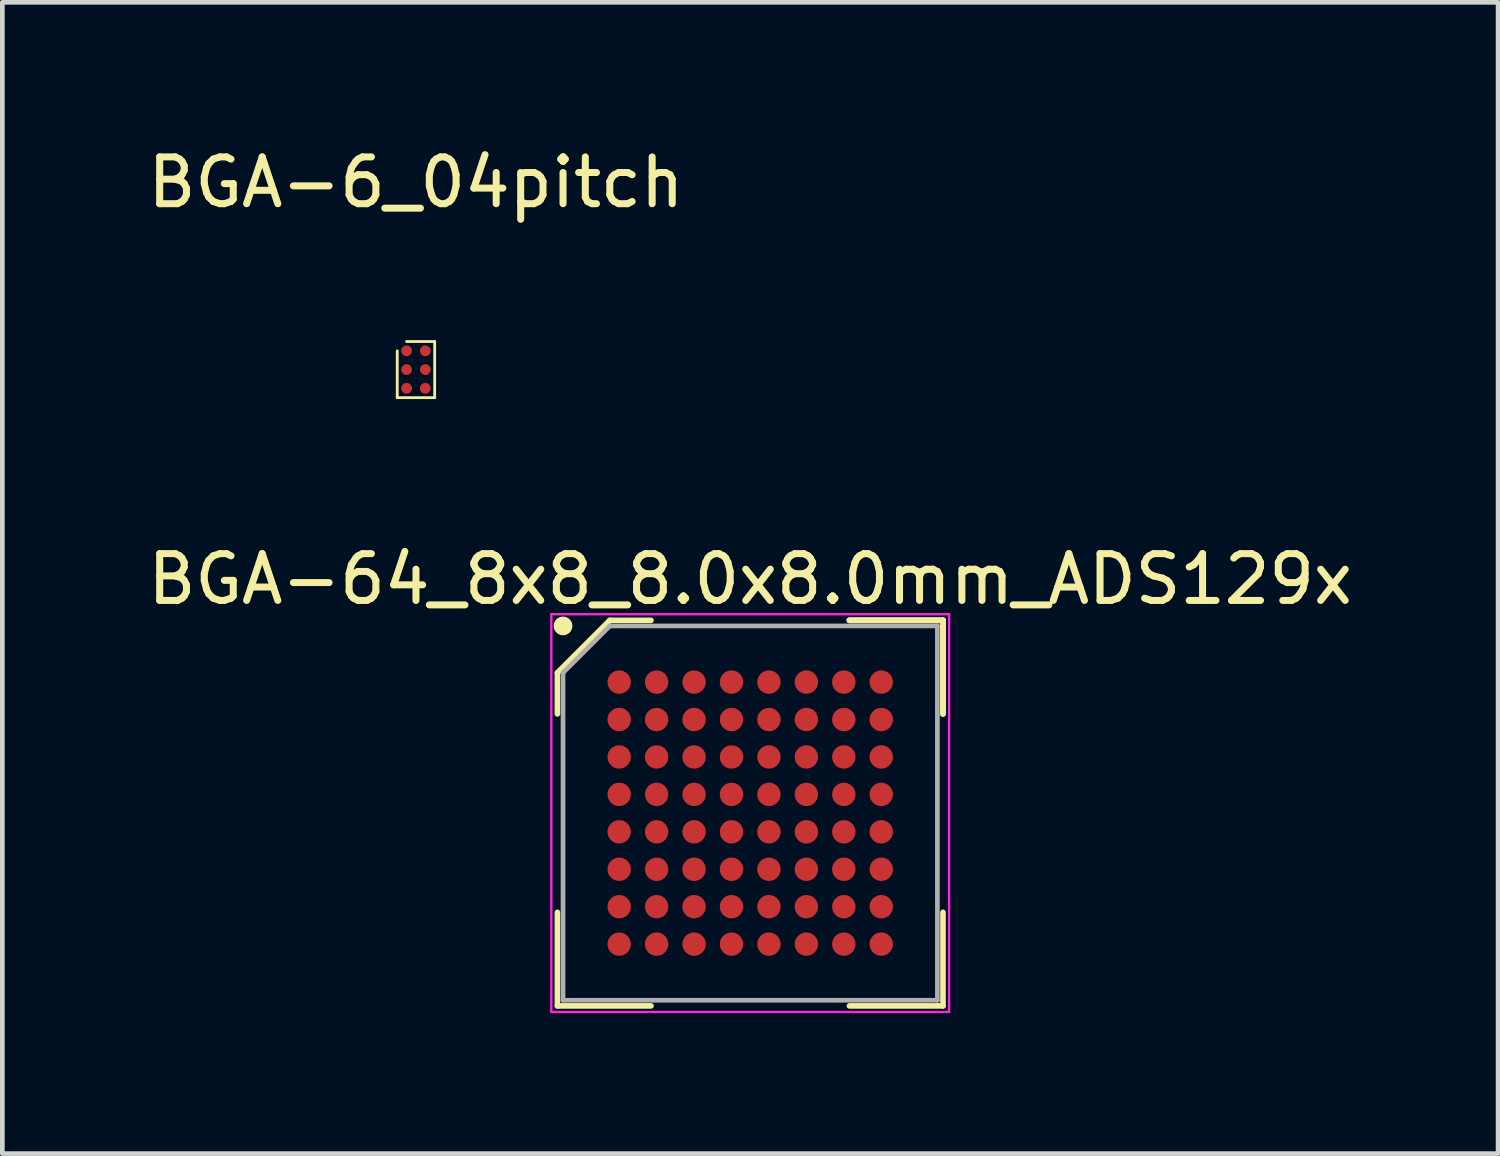
<source format=kicad_pcb>
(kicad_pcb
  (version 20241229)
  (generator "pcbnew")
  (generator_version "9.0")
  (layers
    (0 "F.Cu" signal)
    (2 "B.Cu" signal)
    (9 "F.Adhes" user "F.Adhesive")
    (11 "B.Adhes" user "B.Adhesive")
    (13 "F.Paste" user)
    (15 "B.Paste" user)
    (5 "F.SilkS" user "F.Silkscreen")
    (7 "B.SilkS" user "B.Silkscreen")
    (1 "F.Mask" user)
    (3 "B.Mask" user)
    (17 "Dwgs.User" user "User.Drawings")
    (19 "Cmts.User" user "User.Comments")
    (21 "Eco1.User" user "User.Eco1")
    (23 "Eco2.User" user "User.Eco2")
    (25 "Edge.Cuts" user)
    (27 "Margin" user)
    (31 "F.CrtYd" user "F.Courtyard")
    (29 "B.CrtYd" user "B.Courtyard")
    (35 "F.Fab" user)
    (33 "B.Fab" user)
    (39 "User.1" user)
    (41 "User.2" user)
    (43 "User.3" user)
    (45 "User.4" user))
  (footprint "BGA-64_8x8_8.0x8.0mm_ADS129x"
    (layer "F.Cu")
    (at 12.982 14.326)
    (property "Reference" "BGA-64_8x8_8.0x8.0mm_ADS129x" (at 0 -5 0) (layer "F.SilkS") (effects (font (size 1 1) (thickness 0.15))))
    (attr smd)
    (fp_line (start -4.12 -3) (end -4.12 -2.12) (stroke (width 0.12) (type solid)) (layer "F.SilkS"))
    (fp_line (start -4.12 4.12) (end -4.12 2.12) (stroke (width 0.12) (type solid)) (layer "F.SilkS"))
    (fp_line (start -3 -4.12) (end -4.12 -3) (stroke (width 0.12) (type solid)) (layer "F.SilkS"))
    (fp_line (start -2.12 -4.12) (end -3 -4.12) (stroke (width 0.12) (type solid)) (layer "F.SilkS"))
    (fp_line (start -2.12 4.12) (end -4.12 4.12) (stroke (width 0.12) (type solid)) (layer "F.SilkS"))
    (fp_line (start 2.12 -4.12) (end 4.12 -4.12) (stroke (width 0.12) (type solid)) (layer "F.SilkS"))
    (fp_line (start 2.12 -4.12) (end 4.12 -4.12) (stroke (width 0.12) (type solid)) (layer "F.SilkS"))
    (fp_line (start 2.12 -4.12) (end 4.12 -4.12) (stroke (width 0.12) (type solid)) (layer "F.SilkS"))
    (fp_line (start 2.12 4.12) (end 4.12 4.12) (stroke (width 0.12) (type solid)) (layer "F.SilkS"))
    (fp_line (start 4.12 -4.12) (end 4.12 -2.12) (stroke (width 0.12) (type solid)) (layer "F.SilkS"))
    (fp_line (start 4.12 -4.12) (end 4.12 -2.12) (stroke (width 0.12) (type solid)) (layer "F.SilkS"))
    (fp_line (start 4.12 -4.12) (end 4.12 -2.12) (stroke (width 0.12) (type solid)) (layer "F.SilkS"))
    (fp_line (start 4.12 4.12) (end 4.12 2.12) (stroke (width 0.12) (type solid)) (layer "F.SilkS"))
    (fp_circle (center -4 -4) (end -4 -3.9) (stroke (width 0.2) (type solid)) (fill no) (layer "F.SilkS"))
    (fp_line (start -4.25 -4.25) (end 4.25 -4.25) (stroke (width 0.05) (type solid)) (layer "F.CrtYd"))
    (fp_line (start -4.25 4.25) (end -4.25 -4.25) (stroke (width 0.05) (type solid)) (layer "F.CrtYd"))
    (fp_line (start 4.25 -4.25) (end 4.25 4.25) (stroke (width 0.05) (type solid)) (layer "F.CrtYd"))
    (fp_line (start 4.25 4.25) (end -4.25 4.25) (stroke (width 0.05) (type solid)) (layer "F.CrtYd"))
    (fp_line (start -4 -3) (end -4 4) (stroke (width 0.1) (type solid)) (layer "F.Fab"))
    (fp_line (start -4 4) (end 4 4) (stroke (width 0.1) (type solid)) (layer "F.Fab"))
    (fp_line (start -3 -4) (end -4 -3) (stroke (width 0.1) (type solid)) (layer "F.Fab"))
    (fp_line (start 4 -4) (end -3 -4) (stroke (width 0.1) (type solid)) (layer "F.Fab"))
    (fp_line (start 4 4) (end 4 -4) (stroke (width 0.1) (type solid)) (layer "F.Fab"))
    (pad "1A" smd circle (at -2.8 -2.8) (size 0.5 0.5) (layers "F.Cu" "F.Mask" "F.Paste"))
    (pad "1B" smd circle (at -2.8 -2) (size 0.5 0.5) (layers "F.Cu" "F.Mask" "F.Paste"))
    (pad "1C" smd circle (at -2.8 -1.2) (size 0.5 0.5) (layers "F.Cu" "F.Mask" "F.Paste"))
    (pad "1D" smd circle (at -2.8 -0.4) (size 0.5 0.5) (layers "F.Cu" "F.Mask" "F.Paste"))
    (pad "1E" smd circle (at -2.8 0.4) (size 0.5 0.5) (layers "F.Cu" "F.Mask" "F.Paste"))
    (pad "1F" smd circle (at -2.8 1.2) (size 0.5 0.5) (layers "F.Cu" "F.Mask" "F.Paste"))
    (pad "1G" smd circle (at -2.8 2) (size 0.5 0.5) (layers "F.Cu" "F.Mask" "F.Paste"))
    (pad "1H" smd circle (at -2.8 2.8) (size 0.5 0.5) (layers "F.Cu" "F.Mask" "F.Paste"))
    (pad "2A" smd circle (at -2 -2.8) (size 0.5 0.5) (layers "F.Cu" "F.Mask" "F.Paste"))
    (pad "2B" smd circle (at -2 -2) (size 0.5 0.5) (layers "F.Cu" "F.Mask" "F.Paste"))
    (pad "2C" smd circle (at -2 -1.2) (size 0.5 0.5) (layers "F.Cu" "F.Mask" "F.Paste"))
    (pad "2D" smd circle (at -2 -0.4) (size 0.5 0.5) (layers "F.Cu" "F.Mask" "F.Paste"))
    (pad "2E" smd circle (at -2 0.4) (size 0.5 0.5) (layers "F.Cu" "F.Mask" "F.Paste"))
    (pad "2F" smd circle (at -2 1.2) (size 0.5 0.5) (layers "F.Cu" "F.Mask" "F.Paste"))
    (pad "2G" smd circle (at -2 2) (size 0.5 0.5) (layers "F.Cu" "F.Mask" "F.Paste"))
    (pad "2H" smd circle (at -2 2.8) (size 0.5 0.5) (layers "F.Cu" "F.Mask" "F.Paste"))
    (pad "3A" smd circle (at -1.2 -2.8) (size 0.5 0.5) (layers "F.Cu" "F.Mask" "F.Paste"))
    (pad "3B" smd circle (at -1.2 -2) (size 0.5 0.5) (layers "F.Cu" "F.Mask" "F.Paste"))
    (pad "3C" smd circle (at -1.2 -1.2) (size 0.5 0.5) (layers "F.Cu" "F.Mask" "F.Paste"))
    (pad "3D" smd circle (at -1.2 -0.4) (size 0.5 0.5) (layers "F.Cu" "F.Mask" "F.Paste"))
    (pad "3E" smd circle (at -1.2 0.4) (size 0.5 0.5) (layers "F.Cu" "F.Mask" "F.Paste"))
    (pad "3F" smd circle (at -1.2 1.2) (size 0.5 0.5) (layers "F.Cu" "F.Mask" "F.Paste"))
    (pad "3G" smd circle (at -1.2 2) (size 0.5 0.5) (layers "F.Cu" "F.Mask" "F.Paste"))
    (pad "3H" smd circle (at -1.2 2.8) (size 0.5 0.5) (layers "F.Cu" "F.Mask" "F.Paste"))
    (pad "4A" smd circle (at -0.4 -2.8) (size 0.5 0.5) (layers "F.Cu" "F.Mask" "F.Paste"))
    (pad "4B" smd circle (at -0.4 -2) (size 0.5 0.5) (layers "F.Cu" "F.Mask" "F.Paste"))
    (pad "4C" smd circle (at -0.4 -1.2) (size 0.5 0.5) (layers "F.Cu" "F.Mask" "F.Paste"))
    (pad "4D" smd circle (at -0.4 -0.4) (size 0.5 0.5) (layers "F.Cu" "F.Mask" "F.Paste"))
    (pad "4E" smd circle (at -0.4 0.4) (size 0.5 0.5) (layers "F.Cu" "F.Mask" "F.Paste"))
    (pad "4F" smd circle (at -0.4 1.2) (size 0.5 0.5) (layers "F.Cu" "F.Mask" "F.Paste"))
    (pad "4G" smd circle (at -0.4 2) (size 0.5 0.5) (layers "F.Cu" "F.Mask" "F.Paste"))
    (pad "4H" smd circle (at -0.4 2.8) (size 0.5 0.5) (layers "F.Cu" "F.Mask" "F.Paste"))
    (pad "5A" smd circle (at 0.4 -2.8) (size 0.5 0.5) (layers "F.Cu" "F.Mask" "F.Paste"))
    (pad "5B" smd circle (at 0.4 -2) (size 0.5 0.5) (layers "F.Cu" "F.Mask" "F.Paste"))
    (pad "5C" smd circle (at 0.4 -1.2) (size 0.5 0.5) (layers "F.Cu" "F.Mask" "F.Paste"))
    (pad "5D" smd circle (at 0.4 -0.4) (size 0.5 0.5) (layers "F.Cu" "F.Mask" "F.Paste"))
    (pad "5E" smd circle (at 0.4 0.4) (size 0.5 0.5) (layers "F.Cu" "F.Mask" "F.Paste"))
    (pad "5F" smd circle (at 0.4 1.2) (size 0.5 0.5) (layers "F.Cu" "F.Mask" "F.Paste"))
    (pad "5G" smd circle (at 0.4 2) (size 0.5 0.5) (layers "F.Cu" "F.Mask" "F.Paste"))
    (pad "5H" smd circle (at 0.4 2.8) (size 0.5 0.5) (layers "F.Cu" "F.Mask" "F.Paste"))
    (pad "6A" smd circle (at 1.2 -2.8) (size 0.5 0.5) (layers "F.Cu" "F.Mask" "F.Paste"))
    (pad "6B" smd circle (at 1.2 -2) (size 0.5 0.5) (layers "F.Cu" "F.Mask" "F.Paste"))
    (pad "6C" smd circle (at 1.2 -1.2) (size 0.5 0.5) (layers "F.Cu" "F.Mask" "F.Paste"))
    (pad "6D" smd circle (at 1.2 -0.4) (size 0.5 0.5) (layers "F.Cu" "F.Mask" "F.Paste"))
    (pad "6E" smd circle (at 1.2 0.4) (size 0.5 0.5) (layers "F.Cu" "F.Mask" "F.Paste"))
    (pad "6F" smd circle (at 1.2 1.2) (size 0.5 0.5) (layers "F.Cu" "F.Mask" "F.Paste"))
    (pad "6G" smd circle (at 1.2 2) (size 0.5 0.5) (layers "F.Cu" "F.Mask" "F.Paste"))
    (pad "6H" smd circle (at 1.2 2.8) (size 0.5 0.5) (layers "F.Cu" "F.Mask" "F.Paste"))
    (pad "7A" smd circle (at 2 -2.8) (size 0.5 0.5) (layers "F.Cu" "F.Mask" "F.Paste"))
    (pad "7B" smd circle (at 2 -2) (size 0.5 0.5) (layers "F.Cu" "F.Mask" "F.Paste"))
    (pad "7C" smd circle (at 2 -1.2) (size 0.5 0.5) (layers "F.Cu" "F.Mask" "F.Paste"))
    (pad "7D" smd circle (at 2 -0.4) (size 0.5 0.5) (layers "F.Cu" "F.Mask" "F.Paste"))
    (pad "7E" smd circle (at 2 0.4) (size 0.5 0.5) (layers "F.Cu" "F.Mask" "F.Paste"))
    (pad "7F" smd circle (at 2 1.2) (size 0.5 0.5) (layers "F.Cu" "F.Mask" "F.Paste"))
    (pad "7G" smd circle (at 2 2) (size 0.5 0.5) (layers "F.Cu" "F.Mask" "F.Paste"))
    (pad "7H" smd circle (at 2 2.8) (size 0.5 0.5) (layers "F.Cu" "F.Mask" "F.Paste"))
    (pad "8A" smd circle (at 2.8 -2.8) (size 0.5 0.5) (layers "F.Cu" "F.Mask" "F.Paste"))
    (pad "8B" smd circle (at 2.8 -2) (size 0.5 0.5) (layers "F.Cu" "F.Mask" "F.Paste"))
    (pad "8C" smd circle (at 2.8 -1.2) (size 0.5 0.5) (layers "F.Cu" "F.Mask" "F.Paste"))
    (pad "8D" smd circle (at 2.8 -0.4) (size 0.5 0.5) (layers "F.Cu" "F.Mask" "F.Paste"))
    (pad "8E" smd circle (at 2.8 0.4) (size 0.5 0.5) (layers "F.Cu" "F.Mask" "F.Paste"))
    (pad "8F" smd circle (at 2.8 1.2) (size 0.5 0.5) (layers "F.Cu" "F.Mask" "F.Paste"))
    (pad "8G" smd circle (at 2.8 2) (size 0.5 0.5) (layers "F.Cu" "F.Mask" "F.Paste"))
    (pad "8H" smd circle (at 2.8 2.8) (size 0.5 0.5) (layers "F.Cu" "F.Mask" "F.Paste")))
  (footprint "BGA-6_04pitch"
    (layer "F.Cu")
    (at 5.839 4.848)
    (property "Reference" "BGA-6_04pitch" (at 0 -4 0) (layer "F.SilkS") (effects (font (size 1 1) (thickness 0.15))))
    (attr smd)
    (fp_line (start -0.4 -0.4) (end -0.4 0.6) (stroke (width 0.06) (type solid)) (layer "F.SilkS"))
    (fp_line (start -0.4 0.6) (end 0.4 0.6) (stroke (width 0.06) (type solid)) (layer "F.SilkS"))
    (fp_line (start 0.4 -0.6) (end -0.2 -0.6) (stroke (width 0.06) (type solid)) (layer "F.SilkS"))
    (fp_line (start 0.4 0.6) (end 0.4 -0.6) (stroke (width 0.06) (type solid)) (layer "F.SilkS"))
    (pad "A1" smd circle (at -0.2 -0.4) (size 0.23 0.23) (layers "F.Cu" "F.Mask" "F.Paste"))
    (pad "A2" smd circle (at 0.2 -0.4) (size 0.23 0.23) (layers "F.Cu" "F.Mask" "F.Paste"))
    (pad "B1" smd circle (at -0.2 0) (size 0.23 0.23) (layers "F.Cu" "F.Mask" "F.Paste"))
    (pad "B2" smd circle (at 0.2 0) (size 0.23 0.23) (layers "F.Cu" "F.Mask" "F.Paste"))
    (pad "C1" smd circle (at -0.2 0.4) (size 0.23 0.23) (layers "F.Cu" "F.Mask" "F.Paste"))
    (pad "C2" smd circle (at 0.2 0.4) (size 0.23 0.23) (layers "F.Cu" "F.Mask" "F.Paste")))
  (gr_rect
    (start -3 -3)
    (end 28.964 21.602)
    (stroke (width 0.1) (type default))
    (fill no)
    (layer "Edge.Cuts")))
</source>
